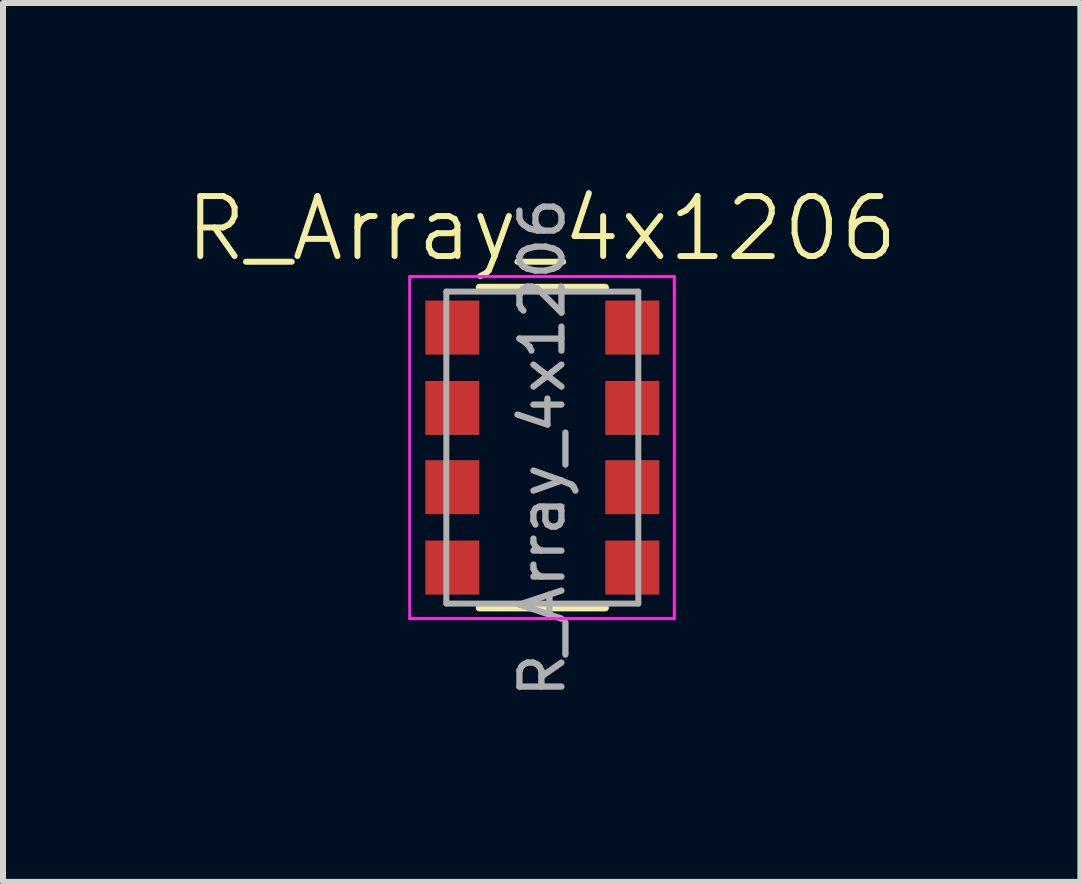
<source format=kicad_pcb>
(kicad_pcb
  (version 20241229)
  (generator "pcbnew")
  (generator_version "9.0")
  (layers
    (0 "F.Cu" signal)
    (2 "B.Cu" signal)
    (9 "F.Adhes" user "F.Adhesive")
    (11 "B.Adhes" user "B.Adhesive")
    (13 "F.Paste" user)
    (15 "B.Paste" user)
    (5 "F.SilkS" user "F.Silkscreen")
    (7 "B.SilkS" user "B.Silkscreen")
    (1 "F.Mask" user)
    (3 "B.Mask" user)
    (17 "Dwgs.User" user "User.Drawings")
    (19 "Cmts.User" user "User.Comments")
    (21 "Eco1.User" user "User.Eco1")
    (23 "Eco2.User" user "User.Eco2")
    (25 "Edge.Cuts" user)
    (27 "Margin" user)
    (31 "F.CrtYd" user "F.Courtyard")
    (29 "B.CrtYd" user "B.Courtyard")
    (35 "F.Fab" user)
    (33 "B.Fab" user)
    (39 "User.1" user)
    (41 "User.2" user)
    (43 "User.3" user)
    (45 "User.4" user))
  (footprint "R_Array_4x1206"
    (layer "F.Cu")
    (at 5.979 4.46)
    (property "Reference" "R_Array_4x1206" (at 0 -3.7 0) (unlocked yes) (layer "F.SilkS") (effects (font (size 1 1) (thickness 0.1))))
    (attr smd)
    (fp_line (start 1.06 -2.72) (end -1.04 -2.72) (stroke (width 0.12) (type solid)) (layer "F.SilkS"))
    (fp_line (start 1.06 2.62) (end -1.04 2.62) (stroke (width 0.12) (type solid)) (layer "F.SilkS"))
    (fp_line (start -2.2 -2.9) (end -2.2 2.8) (stroke (width 0.05) (type solid)) (layer "F.CrtYd"))
    (fp_line (start -2.2 -2.9) (end 2.21 -2.9) (stroke (width 0.05) (type solid)) (layer "F.CrtYd"))
    (fp_line (start 2.21 2.8) (end -2.2 2.8) (stroke (width 0.05) (type solid)) (layer "F.CrtYd"))
    (fp_line (start 2.21 2.8) (end 2.21 -2.9) (stroke (width 0.05) (type solid)) (layer "F.CrtYd"))
    (fp_line (start -1.59 -2.65) (end -1.59 2.55) (stroke (width 0.1) (type solid)) (layer "F.Fab"))
    (fp_line (start -1.59 2.55) (end 1.61 2.55) (stroke (width 0.1) (type solid)) (layer "F.Fab"))
    (fp_line (start 1.61 -2.65) (end -1.59 -2.65) (stroke (width 0.1) (type solid)) (layer "F.Fab"))
    (fp_line (start 1.61 2.55) (end 1.61 -2.65) (stroke (width 0.1) (type solid)) (layer "F.Fab"))
    (fp_text user "${REFERENCE}" (at 0.01 -0.05 90) (layer "F.Fab") (effects (font (size 0.7 0.7) (thickness 0.105))))
    (pad "1" smd rect (at -1.49 -2.05) (size 0.9 0.9) (layers "F.Cu" "F.Mask" "F.Paste"))
    (pad "1" smd rect (at -1.49 -0.71) (size 0.9 0.9) (layers "F.Cu" "F.Mask" "F.Paste"))
    (pad "1" smd rect (at -1.49 0.61) (size 0.9 0.9) (layers "F.Cu" "F.Mask" "F.Paste"))
    (pad "1" smd rect (at -1.49 1.95) (size 0.9 0.9) (layers "F.Cu" "F.Mask" "F.Paste"))
    (pad "2" smd rect (at 1.51 1.95) (size 0.9 0.9) (layers "F.Cu" "F.Mask" "F.Paste"))
    (pad "3" smd rect (at 1.51 0.61) (size 0.9 0.9) (layers "F.Cu" "F.Mask" "F.Paste"))
    (pad "4" smd rect (at 1.51 -0.71) (size 0.9 0.9) (layers "F.Cu" "F.Mask" "F.Paste"))
    (pad "5" smd rect (at 1.51 -2.05) (size 0.9 0.9) (layers "F.Cu" "F.Mask" "F.Paste")))
  (gr_rect
    (start -3 -3)
    (end 14.957 11.648)
    (stroke (width 0.1) (type default))
    (fill no)
    (layer "Edge.Cuts")))
</source>
